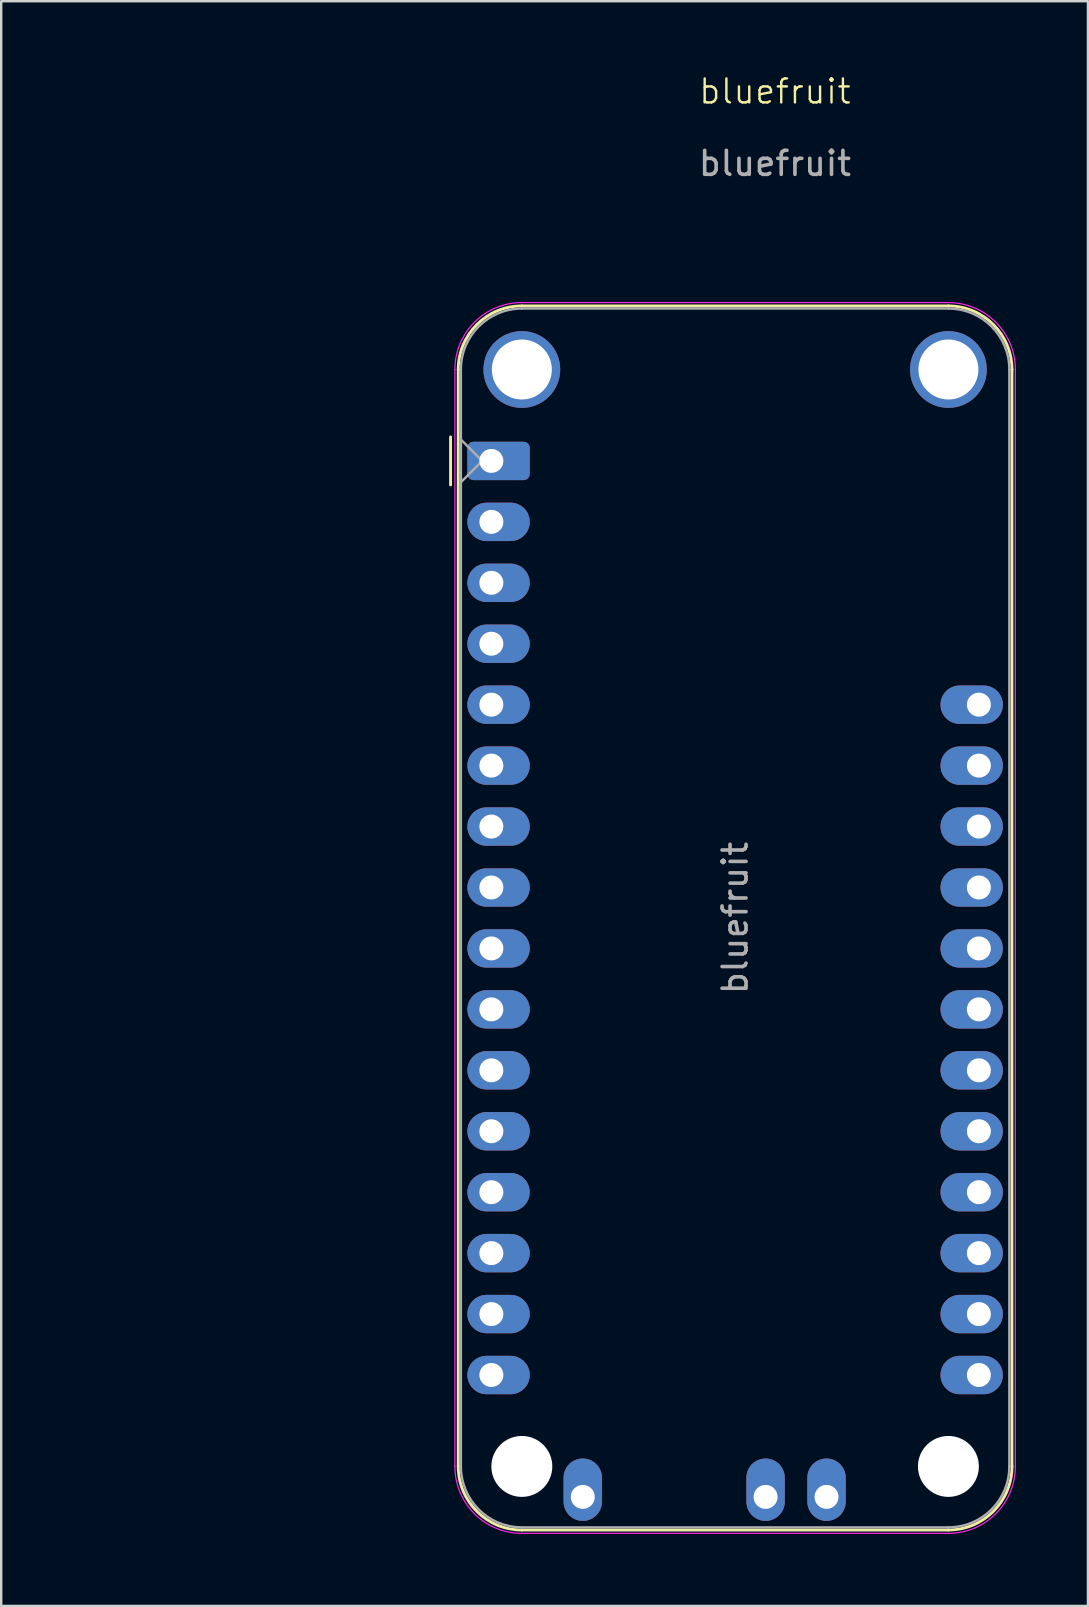
<source format=kicad_pcb>
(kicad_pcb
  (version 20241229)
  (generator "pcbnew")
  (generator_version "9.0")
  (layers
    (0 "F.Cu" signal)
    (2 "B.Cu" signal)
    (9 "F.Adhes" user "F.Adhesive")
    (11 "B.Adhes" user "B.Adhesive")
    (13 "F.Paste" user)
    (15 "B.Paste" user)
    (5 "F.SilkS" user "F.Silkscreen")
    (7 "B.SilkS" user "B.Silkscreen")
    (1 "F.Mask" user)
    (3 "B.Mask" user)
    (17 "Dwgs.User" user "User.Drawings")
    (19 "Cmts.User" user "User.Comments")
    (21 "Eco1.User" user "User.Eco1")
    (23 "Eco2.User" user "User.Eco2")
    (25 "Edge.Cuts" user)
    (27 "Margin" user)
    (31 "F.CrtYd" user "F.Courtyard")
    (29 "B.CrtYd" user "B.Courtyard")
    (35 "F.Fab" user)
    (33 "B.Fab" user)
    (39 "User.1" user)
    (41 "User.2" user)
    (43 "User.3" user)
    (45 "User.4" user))
  (footprint "bluefruit"
    (layer "F.Cu")
    (at 0.25 31.261)
    (property "Reference" "bluefruit" (at 29 -30.5 0) (unlocked yes) (layer "F.SilkS") (effects (font (size 1 1) (thickness 0.1))))
    (attr through_hole)
    (fp_line (start 15.48 -14.1) (end 15.48 -16.1) (stroke (width 0.12) (type solid)) (layer "F.SilkS"))
    (fp_line (start 15.8 -18.91) (end 15.8 26.81) (stroke (width 0.12) (type solid)) (layer "F.SilkS"))
    (fp_line (start 36.23 -21.56) (end 18.45 -21.56) (stroke (width 0.12) (type solid)) (layer "F.SilkS"))
    (fp_line (start 36.23 29.46) (end 18.45 29.46) (stroke (width 0.12) (type solid)) (layer "F.SilkS"))
    (fp_line (start 38.88 -18.91) (end 38.88 26.81) (stroke (width 0.12) (type solid)) (layer "F.SilkS"))
    (fp_arc (start 15.8 -18.91) (mid 16.576167 -20.783833) (end 18.45 -21.56) (stroke (width 0.12) (type solid)) (layer "F.SilkS"))
    (fp_arc (start 18.45 29.46) (mid 16.576167 28.683833) (end 15.8 26.81) (stroke (width 0.12) (type solid)) (layer "F.SilkS"))
    (fp_arc (start 36.23 -21.56) (mid 38.103833 -20.783833) (end 38.88 -18.91) (stroke (width 0.12) (type solid)) (layer "F.SilkS"))
    (fp_arc (start 38.88 26.81) (mid 38.103833 28.683833) (end 36.23 29.46) (stroke (width 0.12) (type solid)) (layer "F.SilkS"))
    (fp_line (start 15.66 26.81) (end 15.66 -18.91) (stroke (width 0.05) (type solid)) (layer "F.CrtYd"))
    (fp_line (start 36.23 -21.7) (end 18.45 -21.7) (stroke (width 0.05) (type solid)) (layer "F.CrtYd"))
    (fp_line (start 36.23 29.6) (end 18.45 29.6) (stroke (width 0.05) (type solid)) (layer "F.CrtYd"))
    (fp_line (start 39.02 26.81) (end 39.02 -18.91) (stroke (width 0.05) (type solid)) (layer "F.CrtYd"))
    (fp_arc (start 15.66 -18.91) (mid 16.477172 -20.882828) (end 18.45 -21.7) (stroke (width 0.05) (type solid)) (layer "F.CrtYd"))
    (fp_arc (start 18.45 29.6) (mid 16.477172 28.782828) (end 15.66 26.81) (stroke (width 0.05) (type solid)) (layer "F.CrtYd"))
    (fp_arc (start 36.23 -21.7) (mid 38.202828 -20.882828) (end 39.02 -18.91) (stroke (width 0.05) (type solid)) (layer "F.CrtYd"))
    (fp_arc (start 39.02 26.81) (mid 38.202828 28.782828) (end 36.23 29.6) (stroke (width 0.05) (type solid)) (layer "F.CrtYd"))
    (fp_line (start 15.91 -18.91) (end 15.91 26.81) (stroke (width 0.1) (type solid)) (layer "F.Fab"))
    (fp_line (start 15.91 -15.989) (end 16.799 -15.1) (stroke (width 0.1) (type solid)) (layer "F.Fab"))
    (fp_line (start 16.799 -15.1) (end 15.91 -14.211) (stroke (width 0.1) (type solid)) (layer "F.Fab"))
    (fp_line (start 18.45 29.35) (end 36.23 29.35) (stroke (width 0.1) (type solid)) (layer "F.Fab"))
    (fp_line (start 36.23 -21.45) (end 18.45 -21.45) (stroke (width 0.1) (type solid)) (layer "F.Fab"))
    (fp_line (start 38.77 26.81) (end 38.77 -18.91) (stroke (width 0.1) (type solid)) (layer "F.Fab"))
    (fp_arc (start 15.91 -18.91) (mid 16.653949 -20.706051) (end 18.45 -21.45) (stroke (width 0.1) (type solid)) (layer "F.Fab"))
    (fp_arc (start 18.401238 29.349532) (mid 16.636791 28.588728) (end 15.91 26.81) (stroke (width 0.1) (type solid)) (layer "F.Fab"))
    (fp_arc (start 36.23 -21.45) (mid 38.026051 -20.706051) (end 38.77 -18.91) (stroke (width 0.1) (type solid)) (layer "F.Fab"))
    (fp_arc (start 38.77 26.81) (mid 38.026051 28.606051) (end 36.23 29.35) (stroke (width 0.1) (type solid)) (layer "F.Fab"))
    (fp_text user "${REFERENCE}" (at 27.34 3.95 270) (layer "F.Fab") (effects (font (size 1 1) (thickness 0.15))))
    (fp_text user "${REFERENCE}" (at 29 -27.5 0) (unlocked yes) (layer "F.Fab") (effects (font (size 1 1) (thickness 0.15))))
    (pad "" np_thru_hole circle (at 18.45 -18.91 270) (size 3.2 3.2) (drill 2.5) (layers "*.Cu" "*.Mask"))
    (pad "" np_thru_hole circle (at 18.45 26.81 270) (size 2.54 2.54) (drill 2.54) (layers "*.Cu" "*.Mask"))
    (pad "" np_thru_hole circle (at 36.23 -18.91 270) (size 3.2 3.2) (drill 2.5) (layers "*.Cu" "*.Mask"))
    (pad "" np_thru_hole circle (at 36.23 26.81 270) (size 2.54 2.54) (drill 2.54) (layers "*.Cu" "*.Mask"))
    (pad "1" thru_hole roundrect (at 17.18 -15.1) (size 2.6 1.6) (drill 1 (offset 0.3 0)) (layers "*.Cu" "*.Mask") (roundrect_rratio 0.156))
    (pad "2" thru_hole oval (at 17.18 -12.56) (size 2.6 1.6) (drill 1 (offset 0.3 0)) (layers "*.Cu" "*.Mask"))
    (pad "3" thru_hole oval (at 17.18 -10.02) (size 2.6 1.6) (drill 1 (offset 0.3 0)) (layers "*.Cu" "*.Mask"))
    (pad "4" thru_hole oval (at 17.18 -7.48) (size 2.6 1.6) (drill 1 (offset 0.3 0)) (layers "*.Cu" "*.Mask"))
    (pad "5" thru_hole oval (at 17.18 -4.94) (size 2.6 1.6) (drill 1 (offset 0.3 0)) (layers "*.Cu" "*.Mask"))
    (pad "6" thru_hole oval (at 17.18 -2.4) (size 2.6 1.6) (drill 1 (offset 0.3 0)) (layers "*.Cu" "*.Mask"))
    (pad "7" thru_hole oval (at 17.18 0.14) (size 2.6 1.6) (drill 1 (offset 0.3 0)) (layers "*.Cu" "*.Mask"))
    (pad "8" thru_hole oval (at 17.18 2.68) (size 2.6 1.6) (drill 1 (offset 0.3 0)) (layers "*.Cu" "*.Mask"))
    (pad "9" thru_hole oval (at 17.18 5.22) (size 2.6 1.6) (drill 1 (offset 0.3 0)) (layers "*.Cu" "*.Mask"))
    (pad "10" thru_hole oval (at 17.18 7.76) (size 2.6 1.6) (drill 1 (offset 0.3 0)) (layers "*.Cu" "*.Mask"))
    (pad "11" thru_hole oval (at 17.18 10.3) (size 2.6 1.6) (drill 1 (offset 0.3 0)) (layers "*.Cu" "*.Mask"))
    (pad "12" thru_hole oval (at 17.18 12.84) (size 2.6 1.6) (drill 1 (offset 0.3 0)) (layers "*.Cu" "*.Mask"))
    (pad "13" thru_hole oval (at 17.18 15.38) (size 2.6 1.6) (drill 1 (offset 0.3 0)) (layers "*.Cu" "*.Mask"))
    (pad "14" thru_hole oval (at 17.18 17.92) (size 2.6 1.6) (drill 1 (offset 0.3 0)) (layers "*.Cu" "*.Mask"))
    (pad "15" thru_hole oval (at 17.18 20.46) (size 2.6 1.6) (drill 1 (offset 0.3 0)) (layers "*.Cu" "*.Mask"))
    (pad "16" thru_hole oval (at 17.18 23) (size 2.6 1.6) (drill 1 (offset 0.3 0)) (layers "*.Cu" "*.Mask"))
    (pad "17" thru_hole oval (at 37.5 23 180) (size 2.6 1.6) (drill 1 (offset 0.3 0)) (layers "*.Cu" "*.Mask"))
    (pad "18" thru_hole oval (at 37.5 20.46 180) (size 2.6 1.6) (drill 1 (offset 0.3 0)) (layers "*.Cu" "*.Mask"))
    (pad "19" thru_hole oval (at 37.5 17.92 180) (size 2.6 1.6) (drill 1 (offset 0.3 0)) (layers "*.Cu" "*.Mask"))
    (pad "20" thru_hole oval (at 37.5 15.38 180) (size 2.6 1.6) (drill 1 (offset 0.3 0)) (layers "*.Cu" "*.Mask"))
    (pad "21" thru_hole oval (at 37.5 12.84 180) (size 2.6 1.6) (drill 1 (offset 0.3 0)) (layers "*.Cu" "*.Mask"))
    (pad "22" thru_hole oval (at 37.5 10.3 180) (size 2.6 1.6) (drill 1 (offset 0.3 0)) (layers "*.Cu" "*.Mask"))
    (pad "23" thru_hole oval (at 37.5 7.76 180) (size 2.6 1.6) (drill 1 (offset 0.3 0)) (layers "*.Cu" "*.Mask"))
    (pad "24" thru_hole oval (at 37.5 5.22 180) (size 2.6 1.6) (drill 1 (offset 0.3 0)) (layers "*.Cu" "*.Mask"))
    (pad "25" thru_hole oval (at 37.5 2.68 180) (size 2.6 1.6) (drill 1 (offset 0.3 0)) (layers "*.Cu" "*.Mask"))
    (pad "26" thru_hole oval (at 37.5 0.14 180) (size 2.6 1.6) (drill 1 (offset 0.3 0)) (layers "*.Cu" "*.Mask"))
    (pad "27" thru_hole oval (at 37.5 -2.4 180) (size 2.6 1.6) (drill 1 (offset 0.3 0)) (layers "*.Cu" "*.Mask"))
    (pad "28" thru_hole oval (at 37.5 -4.94 180) (size 2.6 1.6) (drill 1 (offset 0.3 0)) (layers "*.Cu" "*.Mask"))
    (pad "29" thru_hole oval (at 20.99 28.08 90) (size 2.6 1.6) (drill 1 (offset 0.3 0)) (layers "*.Cu" "*.Mask"))
    (pad "30" thru_hole oval (at 28.61 28.08 90) (size 2.6 1.6) (drill 1 (offset 0.3 0)) (layers "*.Cu" "*.Mask"))
    (pad "31" thru_hole oval (at 31.15 28.08 90) (size 2.6 1.6) (drill 1 (offset 0.3 0)) (layers "*.Cu" "*.Mask")))
  (gr_rect
    (start -3 -3)
    (end 42.295 63.886)
    (stroke (width 0.1) (type default))
    (fill no)
    (layer "Edge.Cuts")))
</source>
